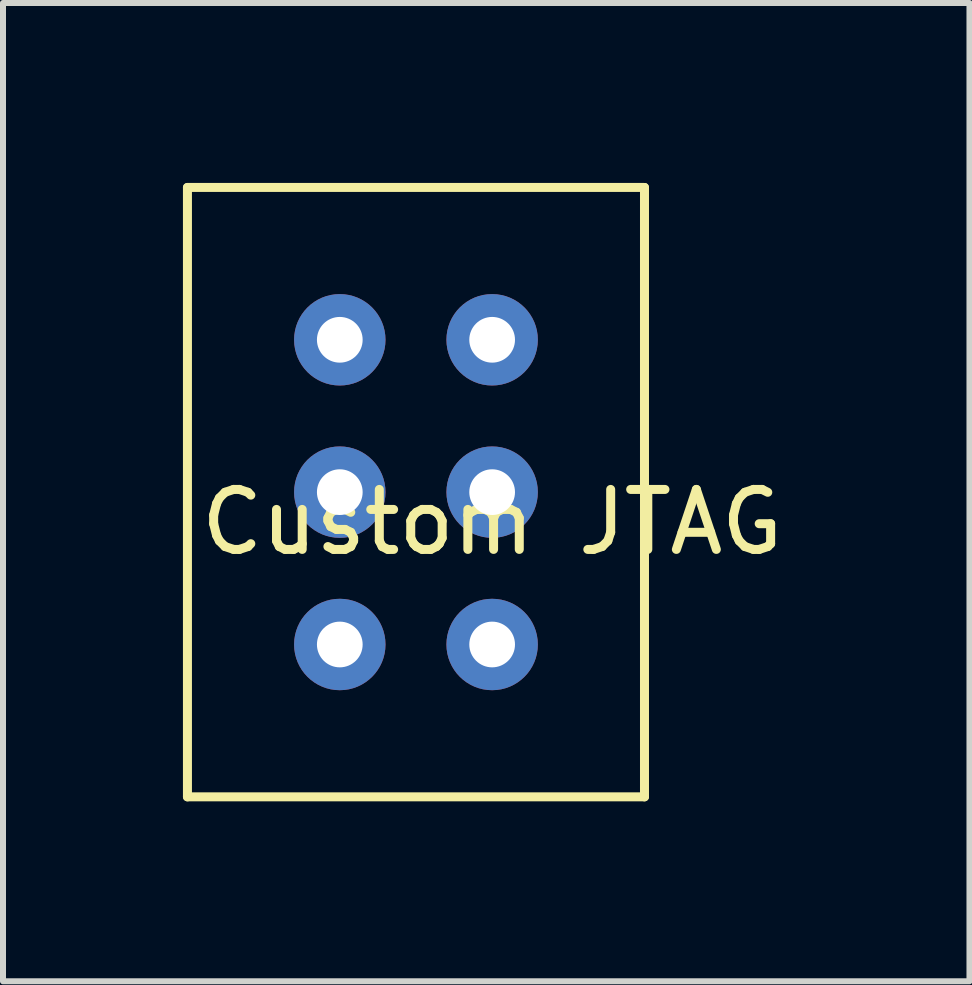
<source format=kicad_pcb>
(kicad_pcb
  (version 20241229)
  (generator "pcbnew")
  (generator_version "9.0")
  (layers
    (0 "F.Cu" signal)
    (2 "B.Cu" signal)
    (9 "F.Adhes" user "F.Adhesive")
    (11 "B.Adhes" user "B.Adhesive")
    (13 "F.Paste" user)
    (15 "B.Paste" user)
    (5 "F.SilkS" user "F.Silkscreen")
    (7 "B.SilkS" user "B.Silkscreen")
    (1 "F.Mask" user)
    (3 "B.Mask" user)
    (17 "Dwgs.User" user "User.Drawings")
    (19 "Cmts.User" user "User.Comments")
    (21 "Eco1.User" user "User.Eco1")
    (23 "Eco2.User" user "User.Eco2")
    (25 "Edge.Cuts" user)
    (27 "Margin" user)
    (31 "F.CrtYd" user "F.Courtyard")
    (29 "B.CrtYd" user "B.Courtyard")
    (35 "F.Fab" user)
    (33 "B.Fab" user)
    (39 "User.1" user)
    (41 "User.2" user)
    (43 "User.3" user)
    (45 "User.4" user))
  (footprint "Custom JTAG"
    (layer "F.Cu")
    (at 5.155 5.155)
    (property "Reference" "Custom JTAG" (at 0 0.5 0) (layer "F.SilkS") (effects (font (size 1 1) (thickness 0.15))))
    (attr through_hole)
    (fp_line (start -5.08 -5.08) (end 2.54 -5.08) (stroke (width 0.15) (type solid)) (layer "F.SilkS"))
    (fp_line (start -5.08 5.08) (end -5.08 -5.08) (stroke (width 0.15) (type solid)) (layer "F.SilkS"))
    (fp_line (start 2.54 -5.08) (end 2.54 5.08) (stroke (width 0.15) (type solid)) (layer "F.SilkS"))
    (fp_line (start 2.54 5.08) (end -5.08 5.08) (stroke (width 0.15) (type solid)) (layer "F.SilkS"))
    (pad "2" thru_hole circle (at 0 0) (size 1.524 1.524) (drill 0.762) (layers "*.Cu" "*.Mask"))
    (pad "3" thru_hole circle (at 0 -2.54) (size 1.524 1.524) (drill 0.762) (layers "*.Cu" "*.Mask"))
    (pad "4" thru_hole circle (at -2.54 -2.54) (size 1.524 1.524) (drill 0.762) (layers "*.Cu" "*.Mask"))
    (pad "5" thru_hole circle (at -2.54 0) (size 1.524 1.524) (drill 0.762) (layers "*.Cu" "*.Mask"))
    (pad "6" thru_hole circle (at -2.54 2.54) (size 1.524 1.524) (drill 0.762) (layers "*.Cu" "*.Mask"))
    (pad "7" thru_hole circle (at 0 2.54) (size 1.524 1.524) (drill 0.762) (layers "*.Cu" "*.Mask")))
  (gr_rect
    (start -3 -3)
    (end 13.113 13.31)
    (stroke (width 0.1) (type default))
    (fill no)
    (layer "Edge.Cuts")))
</source>
